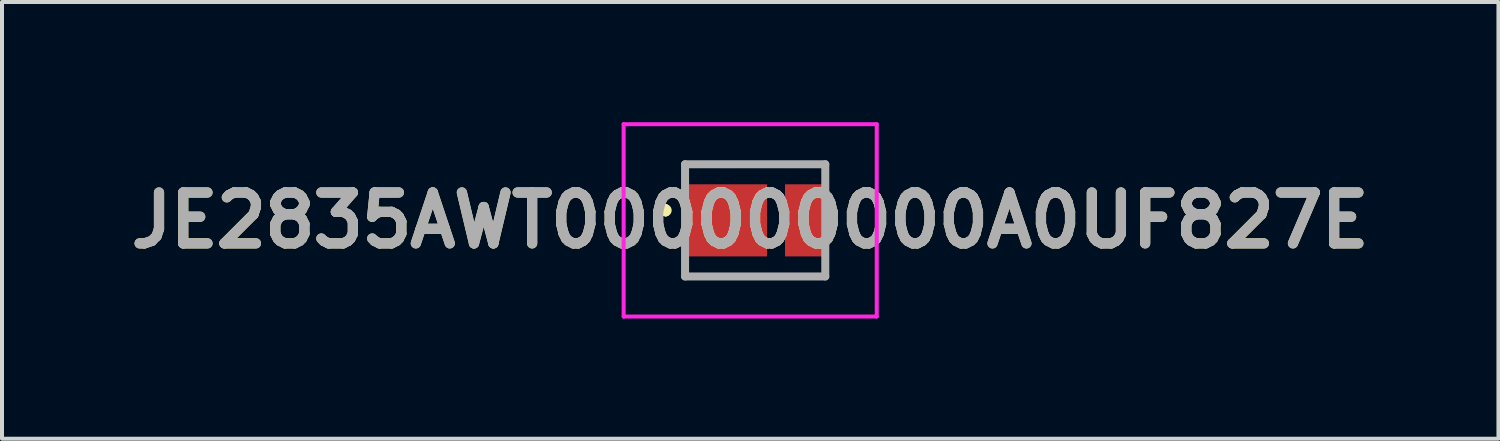
<source format=kicad_pcb>
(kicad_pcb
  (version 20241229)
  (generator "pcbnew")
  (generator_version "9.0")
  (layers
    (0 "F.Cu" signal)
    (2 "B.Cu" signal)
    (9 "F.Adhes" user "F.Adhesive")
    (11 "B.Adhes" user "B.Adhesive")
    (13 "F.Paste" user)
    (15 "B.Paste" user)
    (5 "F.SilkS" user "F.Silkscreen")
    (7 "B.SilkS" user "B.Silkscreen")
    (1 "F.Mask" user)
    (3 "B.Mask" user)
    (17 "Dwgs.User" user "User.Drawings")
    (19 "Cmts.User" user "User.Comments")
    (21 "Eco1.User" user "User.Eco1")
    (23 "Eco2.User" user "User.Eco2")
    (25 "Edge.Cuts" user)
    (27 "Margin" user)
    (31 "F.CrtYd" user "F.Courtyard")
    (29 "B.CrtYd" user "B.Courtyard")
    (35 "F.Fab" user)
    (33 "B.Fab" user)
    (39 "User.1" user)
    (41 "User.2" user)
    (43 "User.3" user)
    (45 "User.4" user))
  (footprint "JE2835AWT000000000A0UF827E"
    (layer "F.Cu")
    (at 15.866 2.45)
    (property "Reference" "JE2835AWT000000000A0UF827E" (at -0.191 0 0) (layer "F.SilkS") (effects (font (size 1.27 1.27) (thickness 0.254))))
    (attr smd)
    (fp_line (start -2.3 -0.3) (end -2.3 -0.3) (stroke (width 0.2) (type solid)) (layer "F.SilkS"))
    (fp_line (start -2.3 -0.3) (end -2.3 -0.3) (stroke (width 0.2) (type solid)) (layer "F.SilkS"))
    (fp_line (start -2.3 -0.2) (end -2.3 -0.2) (stroke (width 0.2) (type solid)) (layer "F.SilkS"))
    (fp_line (start -1.817 -1.4) (end -1.817 -1.4) (stroke (width 0.1) (type solid)) (layer "F.SilkS"))
    (fp_line (start -1.817 -1.4) (end 1.683 -1.4) (stroke (width 0.1) (type solid)) (layer "F.SilkS"))
    (fp_line (start -1.817 1.4) (end -1.817 1.4) (stroke (width 0.1) (type solid)) (layer "F.SilkS"))
    (fp_line (start -1.817 1.4) (end 1.683 1.4) (stroke (width 0.1) (type solid)) (layer "F.SilkS"))
    (fp_line (start 1.683 -1.4) (end -1.817 -1.4) (stroke (width 0.1) (type solid)) (layer "F.SilkS"))
    (fp_line (start 1.683 -1.4) (end 1.683 -1.4) (stroke (width 0.1) (type solid)) (layer "F.SilkS"))
    (fp_line (start 1.683 1.4) (end -1.817 1.4) (stroke (width 0.1) (type solid)) (layer "F.SilkS"))
    (fp_line (start 1.683 1.4) (end 1.683 1.4) (stroke (width 0.1) (type solid)) (layer "F.SilkS"))
    (fp_arc (start -2.3 -0.3) (mid -2.25 -0.25) (end -2.3 -0.2) (stroke (width 0.2) (type solid)) (layer "F.SilkS"))
    (fp_arc (start -2.3 -0.2) (mid -2.35 -0.25) (end -2.3 -0.3) (stroke (width 0.2) (type solid)) (layer "F.SilkS"))
    (fp_arc (start -2.3 -0.2) (mid -2.35 -0.25) (end -2.3 -0.3) (stroke (width 0.2) (type solid)) (layer "F.SilkS"))
    (fp_line (start -3.35 -2.4) (end 2.967 -2.4) (stroke (width 0.1) (type solid)) (layer "F.CrtYd"))
    (fp_line (start -3.35 2.4) (end -3.35 -2.4) (stroke (width 0.1) (type solid)) (layer "F.CrtYd"))
    (fp_line (start 2.967 -2.4) (end 2.967 2.4) (stroke (width 0.1) (type solid)) (layer "F.CrtYd"))
    (fp_line (start 2.967 2.4) (end -3.35 2.4) (stroke (width 0.1) (type solid)) (layer "F.CrtYd"))
    (fp_line (start -1.817 -1.4) (end -1.817 1.4) (stroke (width 0.2) (type solid)) (layer "F.Fab"))
    (fp_line (start -1.817 1.4) (end 1.683 1.4) (stroke (width 0.2) (type solid)) (layer "F.Fab"))
    (fp_line (start 1.683 -1.4) (end -1.817 -1.4) (stroke (width 0.2) (type solid)) (layer "F.Fab"))
    (fp_line (start 1.683 1.4) (end 1.683 -1.4) (stroke (width 0.2) (type solid)) (layer "F.Fab"))
    (fp_text user "${REFERENCE}" (at -0.191 0 0) (layer "F.Fab") (effects (font (size 1.27 1.27) (thickness 0.254))))
    (pad "1" smd rect (at -0.802 0 90) (size 1.8 2.06) (layers "F.Cu" "F.Mask" "F.Paste"))
    (pad "2" smd rect (at 1.173 0) (size 0.99 1.8) (layers "F.Cu" "F.Mask" "F.Paste"))
    (pad "3" smd rect (at 1.817 0) (size 0.3 0.5) (layers "F.Cu" "F.Mask" "F.Paste")))
  (gr_rect
    (start -3 -3)
    (end 34.351 7.9)
    (stroke (width 0.1) (type default))
    (fill no)
    (layer "Edge.Cuts")))
</source>
